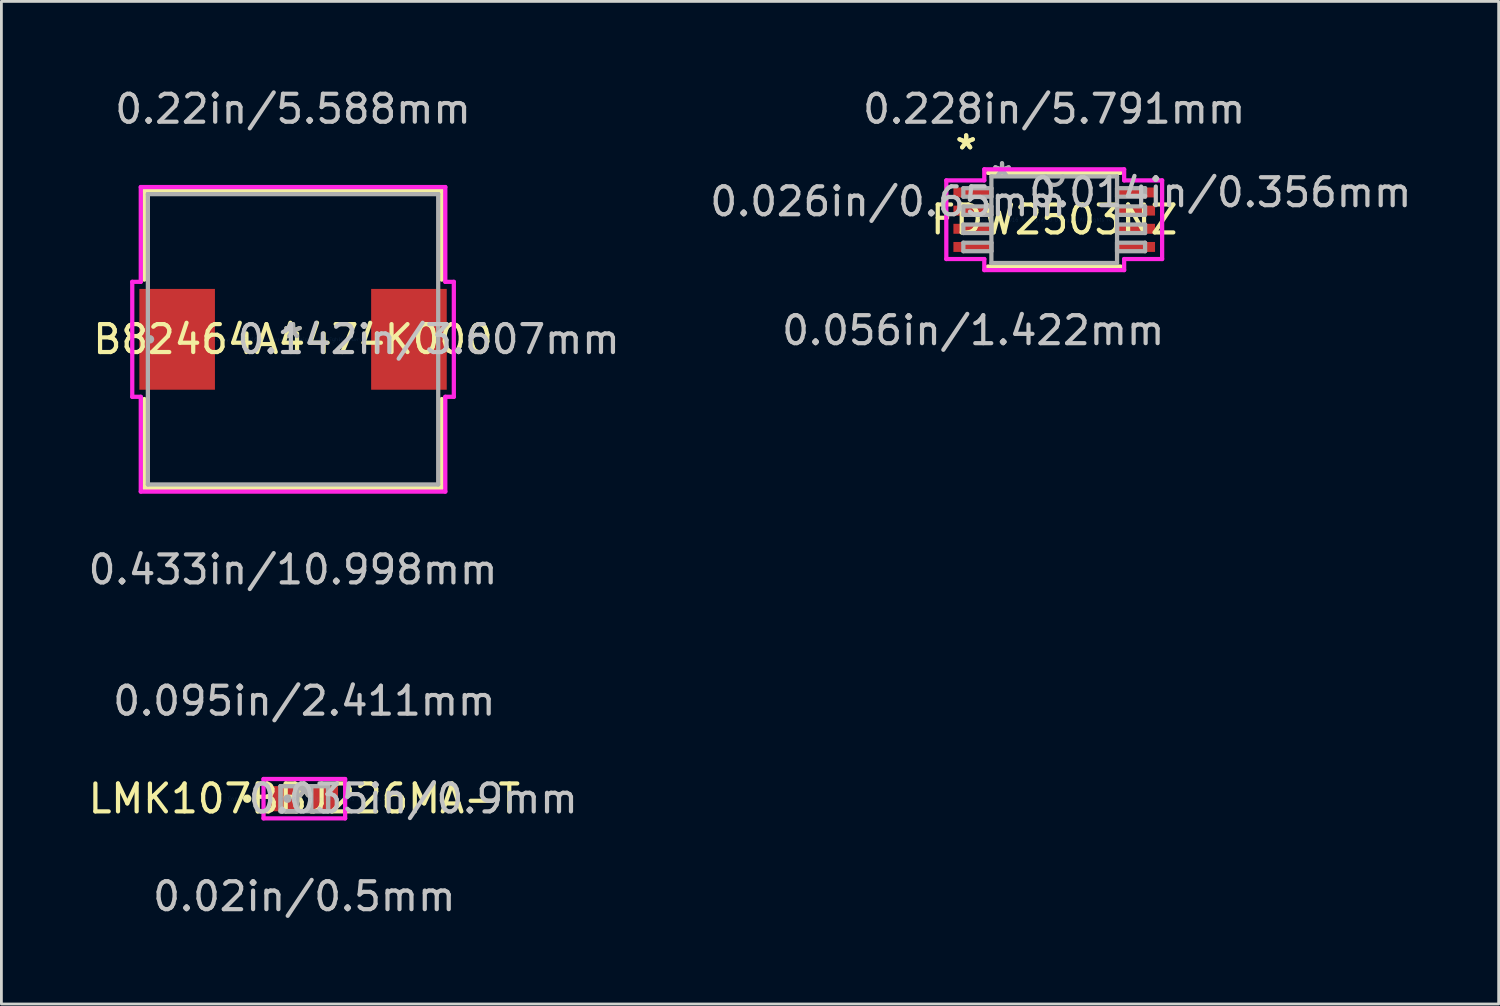
<source format=kicad_pcb>
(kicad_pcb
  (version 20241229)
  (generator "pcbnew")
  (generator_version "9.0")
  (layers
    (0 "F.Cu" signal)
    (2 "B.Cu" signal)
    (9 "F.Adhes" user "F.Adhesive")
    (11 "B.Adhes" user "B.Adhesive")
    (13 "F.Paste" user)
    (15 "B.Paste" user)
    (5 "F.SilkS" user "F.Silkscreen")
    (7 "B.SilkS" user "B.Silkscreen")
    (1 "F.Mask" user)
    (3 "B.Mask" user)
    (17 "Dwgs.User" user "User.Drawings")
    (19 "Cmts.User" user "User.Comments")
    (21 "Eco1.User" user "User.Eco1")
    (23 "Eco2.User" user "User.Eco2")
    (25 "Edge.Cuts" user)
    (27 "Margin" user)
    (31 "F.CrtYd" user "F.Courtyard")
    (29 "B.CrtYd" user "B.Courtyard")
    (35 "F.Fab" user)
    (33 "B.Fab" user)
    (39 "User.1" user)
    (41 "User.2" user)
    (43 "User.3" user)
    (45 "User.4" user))
  (footprint "FDW2503NZ"
    (layer "F.Cu")
    (at 34.67 4.811)
    (property "Reference" "FDW2503NZ" (at 0 0 0) (layer "F.SilkS") (effects (font (size 1 1) (thickness 0.15))))
    (attr through_hole)
    (fp_line (start -2.375 1.676) (end 2.375 1.676) (stroke (width 0.152) (type solid)) (layer "F.SilkS"))
    (fp_line (start 2.375 -1.676) (end -2.375 -1.676) (stroke (width 0.152) (type solid)) (layer "F.SilkS"))
    (fp_line (start -3.861 -1.407) (end -2.502 -1.407) (stroke (width 0.152) (type solid)) (layer "F.CrtYd"))
    (fp_line (start -3.861 1.407) (end -3.861 -1.407) (stroke (width 0.152) (type solid)) (layer "F.CrtYd"))
    (fp_line (start -2.502 -1.803) (end 2.502 -1.803) (stroke (width 0.152) (type solid)) (layer "F.CrtYd"))
    (fp_line (start -2.502 -1.407) (end -2.502 -1.803) (stroke (width 0.152) (type solid)) (layer "F.CrtYd"))
    (fp_line (start -2.502 1.407) (end -3.861 1.407) (stroke (width 0.152) (type solid)) (layer "F.CrtYd"))
    (fp_line (start -2.502 1.803) (end -2.502 1.407) (stroke (width 0.152) (type solid)) (layer "F.CrtYd"))
    (fp_line (start 2.502 -1.803) (end 2.502 -1.407) (stroke (width 0.152) (type solid)) (layer "F.CrtYd"))
    (fp_line (start 2.502 -1.407) (end 3.861 -1.407) (stroke (width 0.152) (type solid)) (layer "F.CrtYd"))
    (fp_line (start 2.502 1.407) (end 2.502 1.803) (stroke (width 0.152) (type solid)) (layer "F.CrtYd"))
    (fp_line (start 2.502 1.803) (end -2.502 1.803) (stroke (width 0.152) (type solid)) (layer "F.CrtYd"))
    (fp_line (start 3.861 -1.407) (end 3.861 1.407) (stroke (width 0.152) (type solid)) (layer "F.CrtYd"))
    (fp_line (start 3.861 1.407) (end 2.502 1.407) (stroke (width 0.152) (type solid)) (layer "F.CrtYd"))
    (fp_line (start -3.251 -1.127) (end -3.251 -0.823) (stroke (width 0.152) (type solid)) (layer "F.Fab"))
    (fp_line (start -3.251 -0.823) (end -2.248 -0.823) (stroke (width 0.152) (type solid)) (layer "F.Fab"))
    (fp_line (start -3.251 -0.477) (end -3.251 -0.173) (stroke (width 0.152) (type solid)) (layer "F.Fab"))
    (fp_line (start -3.251 -0.173) (end -2.248 -0.173) (stroke (width 0.152) (type solid)) (layer "F.Fab"))
    (fp_line (start -3.251 0.173) (end -3.251 0.477) (stroke (width 0.152) (type solid)) (layer "F.Fab"))
    (fp_line (start -3.251 0.477) (end -2.248 0.477) (stroke (width 0.152) (type solid)) (layer "F.Fab"))
    (fp_line (start -3.251 0.823) (end -3.251 1.127) (stroke (width 0.152) (type solid)) (layer "F.Fab"))
    (fp_line (start -3.251 1.127) (end -2.248 1.127) (stroke (width 0.152) (type solid)) (layer "F.Fab"))
    (fp_line (start -2.248 -1.549) (end -2.248 1.549) (stroke (width 0.152) (type solid)) (layer "F.Fab"))
    (fp_line (start -2.248 -1.127) (end -3.251 -1.127) (stroke (width 0.152) (type solid)) (layer "F.Fab"))
    (fp_line (start -2.248 -0.823) (end -2.248 -1.127) (stroke (width 0.152) (type solid)) (layer "F.Fab"))
    (fp_line (start -2.248 -0.477) (end -3.251 -0.477) (stroke (width 0.152) (type solid)) (layer "F.Fab"))
    (fp_line (start -2.248 -0.173) (end -2.248 -0.477) (stroke (width 0.152) (type solid)) (layer "F.Fab"))
    (fp_line (start -2.248 0.173) (end -3.251 0.173) (stroke (width 0.152) (type solid)) (layer "F.Fab"))
    (fp_line (start -2.248 0.477) (end -2.248 0.173) (stroke (width 0.152) (type solid)) (layer "F.Fab"))
    (fp_line (start -2.248 0.823) (end -3.251 0.823) (stroke (width 0.152) (type solid)) (layer "F.Fab"))
    (fp_line (start -2.248 1.127) (end -2.248 0.823) (stroke (width 0.152) (type solid)) (layer "F.Fab"))
    (fp_line (start -2.248 1.549) (end 2.248 1.549) (stroke (width 0.152) (type solid)) (layer "F.Fab"))
    (fp_line (start 2.248 -1.549) (end -2.248 -1.549) (stroke (width 0.152) (type solid)) (layer "F.Fab"))
    (fp_line (start 2.248 -1.127) (end 2.248 -0.823) (stroke (width 0.152) (type solid)) (layer "F.Fab"))
    (fp_line (start 2.248 -0.823) (end 3.251 -0.823) (stroke (width 0.152) (type solid)) (layer "F.Fab"))
    (fp_line (start 2.248 -0.477) (end 2.248 -0.173) (stroke (width 0.152) (type solid)) (layer "F.Fab"))
    (fp_line (start 2.248 -0.173) (end 3.251 -0.173) (stroke (width 0.152) (type solid)) (layer "F.Fab"))
    (fp_line (start 2.248 0.173) (end 2.248 0.477) (stroke (width 0.152) (type solid)) (layer "F.Fab"))
    (fp_line (start 2.248 0.477) (end 3.251 0.477) (stroke (width 0.152) (type solid)) (layer "F.Fab"))
    (fp_line (start 2.248 0.823) (end 2.248 1.127) (stroke (width 0.152) (type solid)) (layer "F.Fab"))
    (fp_line (start 2.248 1.127) (end 3.251 1.127) (stroke (width 0.152) (type solid)) (layer "F.Fab"))
    (fp_line (start 2.248 1.549) (end 2.248 -1.549) (stroke (width 0.152) (type solid)) (layer "F.Fab"))
    (fp_line (start 3.251 -1.127) (end 2.248 -1.127) (stroke (width 0.152) (type solid)) (layer "F.Fab"))
    (fp_line (start 3.251 -0.823) (end 3.251 -1.127) (stroke (width 0.152) (type solid)) (layer "F.Fab"))
    (fp_line (start 3.251 -0.477) (end 2.248 -0.477) (stroke (width 0.152) (type solid)) (layer "F.Fab"))
    (fp_line (start 3.251 -0.173) (end 3.251 -0.477) (stroke (width 0.152) (type solid)) (layer "F.Fab"))
    (fp_line (start 3.251 0.173) (end 2.248 0.173) (stroke (width 0.152) (type solid)) (layer "F.Fab"))
    (fp_line (start 3.251 0.477) (end 3.251 0.173) (stroke (width 0.152) (type solid)) (layer "F.Fab"))
    (fp_line (start 3.251 0.823) (end 2.248 0.823) (stroke (width 0.152) (type solid)) (layer "F.Fab"))
    (fp_line (start 3.251 1.127) (end 3.251 0.823) (stroke (width 0.152) (type solid)) (layer "F.Fab"))
    (fp_arc (start 0.3048 -1.5494) (mid 0 -1.2446) (end -0.3048 -1.5494) (stroke (width 0.1524) (type solid)) (layer "F.Fab"))
    (fp_text user "*" (at -3.15 -2.474 0) (layer "F.SilkS") (effects (font (size 1 1) (thickness 0.15))))
    (fp_text user "*" (at -3.15 -2.474 0) (layer "F.SilkS") (effects (font (size 1 1) (thickness 0.15))))
    (fp_text user "0.026in/0.65mm" (at -5.944 -0.65 0) (layer "Dwgs.User") (effects (font (size 1 1) (thickness 0.15))))
    (fp_text user "0.014in/0.356mm" (at 5.944 -0.975 0) (layer "Dwgs.User") (effects (font (size 1 1) (thickness 0.15))))
    (fp_text user "0.228in/5.791mm" (at 0 -3.962 0) (layer "Dwgs.User") (effects (font (size 1 1) (thickness 0.15))))
    (fp_text user "0.056in/1.422mm" (at -2.896 3.962 0) (layer "Dwgs.User") (effects (font (size 1 1) (thickness 0.15))))
    (fp_text user "Copyright 2016 Accelerated Designs. All rights reserved." (at 0 0 0) (layer "Cmts.User") (effects (font (size 0.127 0.127) (thickness 0.002))))
    (fp_text user "*" (at -1.867 -1.473 0) (layer "F.Fab") (effects (font (size 1 1) (thickness 0.15))))
    (fp_text user "*" (at -1.867 -1.473 0) (layer "F.Fab") (effects (font (size 1 1) (thickness 0.15))))
    (pad "1" smd rect (at -2.896 -0.975) (size 1.422 0.356) (layers "F.Cu" "F.Mask" "F.Paste"))
    (pad "2" smd rect (at -2.896 -0.325) (size 1.422 0.356) (layers "F.Cu" "F.Mask" "F.Paste"))
    (pad "3" smd rect (at -2.896 0.325) (size 1.422 0.356) (layers "F.Cu" "F.Mask" "F.Paste"))
    (pad "4" smd rect (at -2.896 0.975) (size 1.422 0.356) (layers "F.Cu" "F.Mask" "F.Paste"))
    (pad "5" smd rect (at 2.896 0.975) (size 1.422 0.356) (layers "F.Cu" "F.Mask" "F.Paste"))
    (pad "6" smd rect (at 2.896 0.325) (size 1.422 0.356) (layers "F.Cu" "F.Mask" "F.Paste"))
    (pad "7" smd rect (at 2.896 -0.325) (size 1.422 0.356) (layers "F.Cu" "F.Mask" "F.Paste"))
    (pad "8" smd rect (at 2.896 -0.975) (size 1.422 0.356) (layers "F.Cu" "F.Mask" "F.Paste")))
  (footprint "LMK107BBJ226MA-T"
    (layer "F.Cu")
    (at 7.839 25.527)
    (property "Reference" "LMK107BBJ226MA-T" (at 0 0 0) (layer "F.SilkS") (effects (font (size 1 1) (thickness 0.15))))
    (attr through_hole)
    (fp_circle (center -2.044 0) (end -1.968 0) (stroke (width 0.152) (type solid)) (fill no) (layer "F.SilkS"))
    (fp_line (start -1.46 -0.704) (end 1.46 -0.704) (stroke (width 0.152) (type solid)) (layer "F.CrtYd"))
    (fp_line (start -1.46 0.704) (end -1.46 -0.704) (stroke (width 0.152) (type solid)) (layer "F.CrtYd"))
    (fp_line (start 1.46 -0.704) (end 1.46 0.704) (stroke (width 0.152) (type solid)) (layer "F.CrtYd"))
    (fp_line (start 1.46 0.704) (end -1.46 0.704) (stroke (width 0.152) (type solid)) (layer "F.CrtYd"))
    (fp_line (start -0.85 -0.45) (end -0.85 0.45) (stroke (width 0.152) (type solid)) (layer "F.Fab"))
    (fp_line (start -0.85 -0.45) (end -0.85 0.45) (stroke (width 0.152) (type solid)) (layer "F.Fab"))
    (fp_line (start -0.85 0.45) (end -0.25 0.45) (stroke (width 0.152) (type solid)) (layer "F.Fab"))
    (fp_line (start -0.85 0.45) (end 0.85 0.45) (stroke (width 0.152) (type solid)) (layer "F.Fab"))
    (fp_line (start -0.25 -0.45) (end -0.85 -0.45) (stroke (width 0.152) (type solid)) (layer "F.Fab"))
    (fp_line (start -0.25 0.45) (end -0.25 -0.45) (stroke (width 0.152) (type solid)) (layer "F.Fab"))
    (fp_line (start 0.25 -0.45) (end 0.25 0.45) (stroke (width 0.152) (type solid)) (layer "F.Fab"))
    (fp_line (start 0.25 0.45) (end 0.85 0.45) (stroke (width 0.152) (type solid)) (layer "F.Fab"))
    (fp_line (start 0.85 -0.45) (end -0.85 -0.45) (stroke (width 0.152) (type solid)) (layer "F.Fab"))
    (fp_line (start 0.85 -0.45) (end 0.25 -0.45) (stroke (width 0.152) (type solid)) (layer "F.Fab"))
    (fp_line (start 0.85 0.45) (end 0.85 -0.45) (stroke (width 0.152) (type solid)) (layer "F.Fab"))
    (fp_line (start 0.85 0.45) (end 0.85 -0.45) (stroke (width 0.152) (type solid)) (layer "F.Fab"))
    (fp_circle (center -0.601 0) (end -0.525 0) (stroke (width 0.152) (type solid)) (fill no) (layer "F.Fab"))
    (fp_text user "*" (at 0 0 0) (layer "F.SilkS") (effects (font (size 1 1) (thickness 0.15))))
    (fp_text user "0.035in/0.9mm" (at 3.898 0 0) (layer "Dwgs.User") (effects (font (size 1 1) (thickness 0.15))))
    (fp_text user "0.095in/2.411mm" (at 0 -3.498 0) (layer "Dwgs.User") (effects (font (size 1 1) (thickness 0.15))))
    (fp_text user "0.02in/0.5mm" (at 0 3.498 0) (layer "Dwgs.User") (effects (font (size 1 1) (thickness 0.15))))
    (fp_text user "Copyright 2016 Accelerated Designs. All rights reserved." (at 0 0 0) (layer "Cmts.User") (effects (font (size 0.127 0.127) (thickness 0.002))))
    (fp_text user "*" (at 0 0 0) (layer "F.Fab") (effects (font (size 1 1) (thickness 0.15))))
    (pad "1" smd rect (at -0.728 0) (size 0.956 0.9) (layers "F.Cu" "F.Mask" "F.Paste"))
    (pad "2" smd rect (at 0.728 0) (size 0.956 0.9) (layers "F.Cu" "F.Mask" "F.Paste")))
  (footprint "B82464A4474K000"
    (layer "F.Cu")
    (at 7.435 9.091)
    (property "Reference" "B82464A4474K000" (at 0 0 0) (layer "F.SilkS") (effects (font (size 1 1) (thickness 0.15))))
    (attr through_hole)
    (fp_line (start -5.321 -5.321) (end -5.321 -2.136) (stroke (width 0.152) (type solid)) (layer "F.SilkS"))
    (fp_line (start -5.321 2.136) (end -5.321 5.321) (stroke (width 0.152) (type solid)) (layer "F.SilkS"))
    (fp_line (start -5.321 5.321) (end 5.321 5.321) (stroke (width 0.152) (type solid)) (layer "F.SilkS"))
    (fp_line (start 5.321 -5.321) (end -5.321 -5.321) (stroke (width 0.152) (type solid)) (layer "F.SilkS"))
    (fp_line (start 5.321 -2.136) (end 5.321 -5.321) (stroke (width 0.152) (type solid)) (layer "F.SilkS"))
    (fp_line (start 5.321 5.321) (end 5.321 2.136) (stroke (width 0.152) (type solid)) (layer "F.SilkS"))
    (fp_line (start -5.753 -2.057) (end -5.448 -2.057) (stroke (width 0.152) (type solid)) (layer "F.CrtYd"))
    (fp_line (start -5.753 2.057) (end -5.753 -2.057) (stroke (width 0.152) (type solid)) (layer "F.CrtYd"))
    (fp_line (start -5.448 -5.448) (end 5.448 -5.448) (stroke (width 0.152) (type solid)) (layer "F.CrtYd"))
    (fp_line (start -5.448 -2.057) (end -5.448 -5.448) (stroke (width 0.152) (type solid)) (layer "F.CrtYd"))
    (fp_line (start -5.448 2.057) (end -5.753 2.057) (stroke (width 0.152) (type solid)) (layer "F.CrtYd"))
    (fp_line (start -5.448 5.448) (end -5.448 2.057) (stroke (width 0.152) (type solid)) (layer "F.CrtYd"))
    (fp_line (start 5.448 -5.448) (end 5.448 -2.057) (stroke (width 0.152) (type solid)) (layer "F.CrtYd"))
    (fp_line (start 5.448 -2.057) (end 5.753 -2.057) (stroke (width 0.152) (type solid)) (layer "F.CrtYd"))
    (fp_line (start 5.448 2.057) (end 5.448 5.448) (stroke (width 0.152) (type solid)) (layer "F.CrtYd"))
    (fp_line (start 5.448 5.448) (end -5.448 5.448) (stroke (width 0.152) (type solid)) (layer "F.CrtYd"))
    (fp_line (start 5.753 -2.057) (end 5.753 2.057) (stroke (width 0.152) (type solid)) (layer "F.CrtYd"))
    (fp_line (start 5.753 2.057) (end 5.448 2.057) (stroke (width 0.152) (type solid)) (layer "F.CrtYd"))
    (fp_line (start -5.194 -5.194) (end -5.194 5.194) (stroke (width 0.152) (type solid)) (layer "F.Fab"))
    (fp_line (start -5.194 5.194) (end 5.194 5.194) (stroke (width 0.152) (type solid)) (layer "F.Fab"))
    (fp_line (start 5.194 -5.194) (end -5.194 -5.194) (stroke (width 0.152) (type solid)) (layer "F.Fab"))
    (fp_line (start 5.194 5.194) (end 5.194 -5.194) (stroke (width 0.152) (type solid)) (layer "F.Fab"))
    (fp_circle (center -5.118 0) (end -5.118 0) (stroke (width 0.152) (type solid)) (fill no) (layer "F.Fab"))
    (fp_text user "*" (at 0 0 0) (layer "F.SilkS") (effects (font (size 1 1) (thickness 0.15))))
    (fp_text user "0.142in/3.607mm" (at 4.851 0 0) (layer "Dwgs.User") (effects (font (size 1 1) (thickness 0.15))))
    (fp_text user "0.433in/10.998mm" (at 0 8.242 0) (layer "Dwgs.User") (effects (font (size 1 1) (thickness 0.15))))
    (fp_text user "0.22in/5.588mm" (at 0 -8.242 0) (layer "Dwgs.User") (effects (font (size 1 1) (thickness 0.15))))
    (fp_text user "Copyright 2016 Accelerated Designs. All rights reserved." (at 0 0 0) (layer "Cmts.User") (effects (font (size 0.127 0.127) (thickness 0.002))))
    (fp_text user "*" (at 0 0 0) (layer "F.Fab") (effects (font (size 1 1) (thickness 0.15))))
    (pad "1" smd rect (at -4.147 0) (size 2.705 3.607) (layers "F.Cu" "F.Mask" "F.Paste"))
    (pad "2" smd rect (at 4.147 0) (size 2.705 3.607) (layers "F.Cu" "F.Mask" "F.Paste")))
  (gr_rect
    (start -3 -3)
    (end 50.572 32.874)
    (stroke (width 0.1) (type default))
    (fill no)
    (layer "Edge.Cuts")))
</source>
